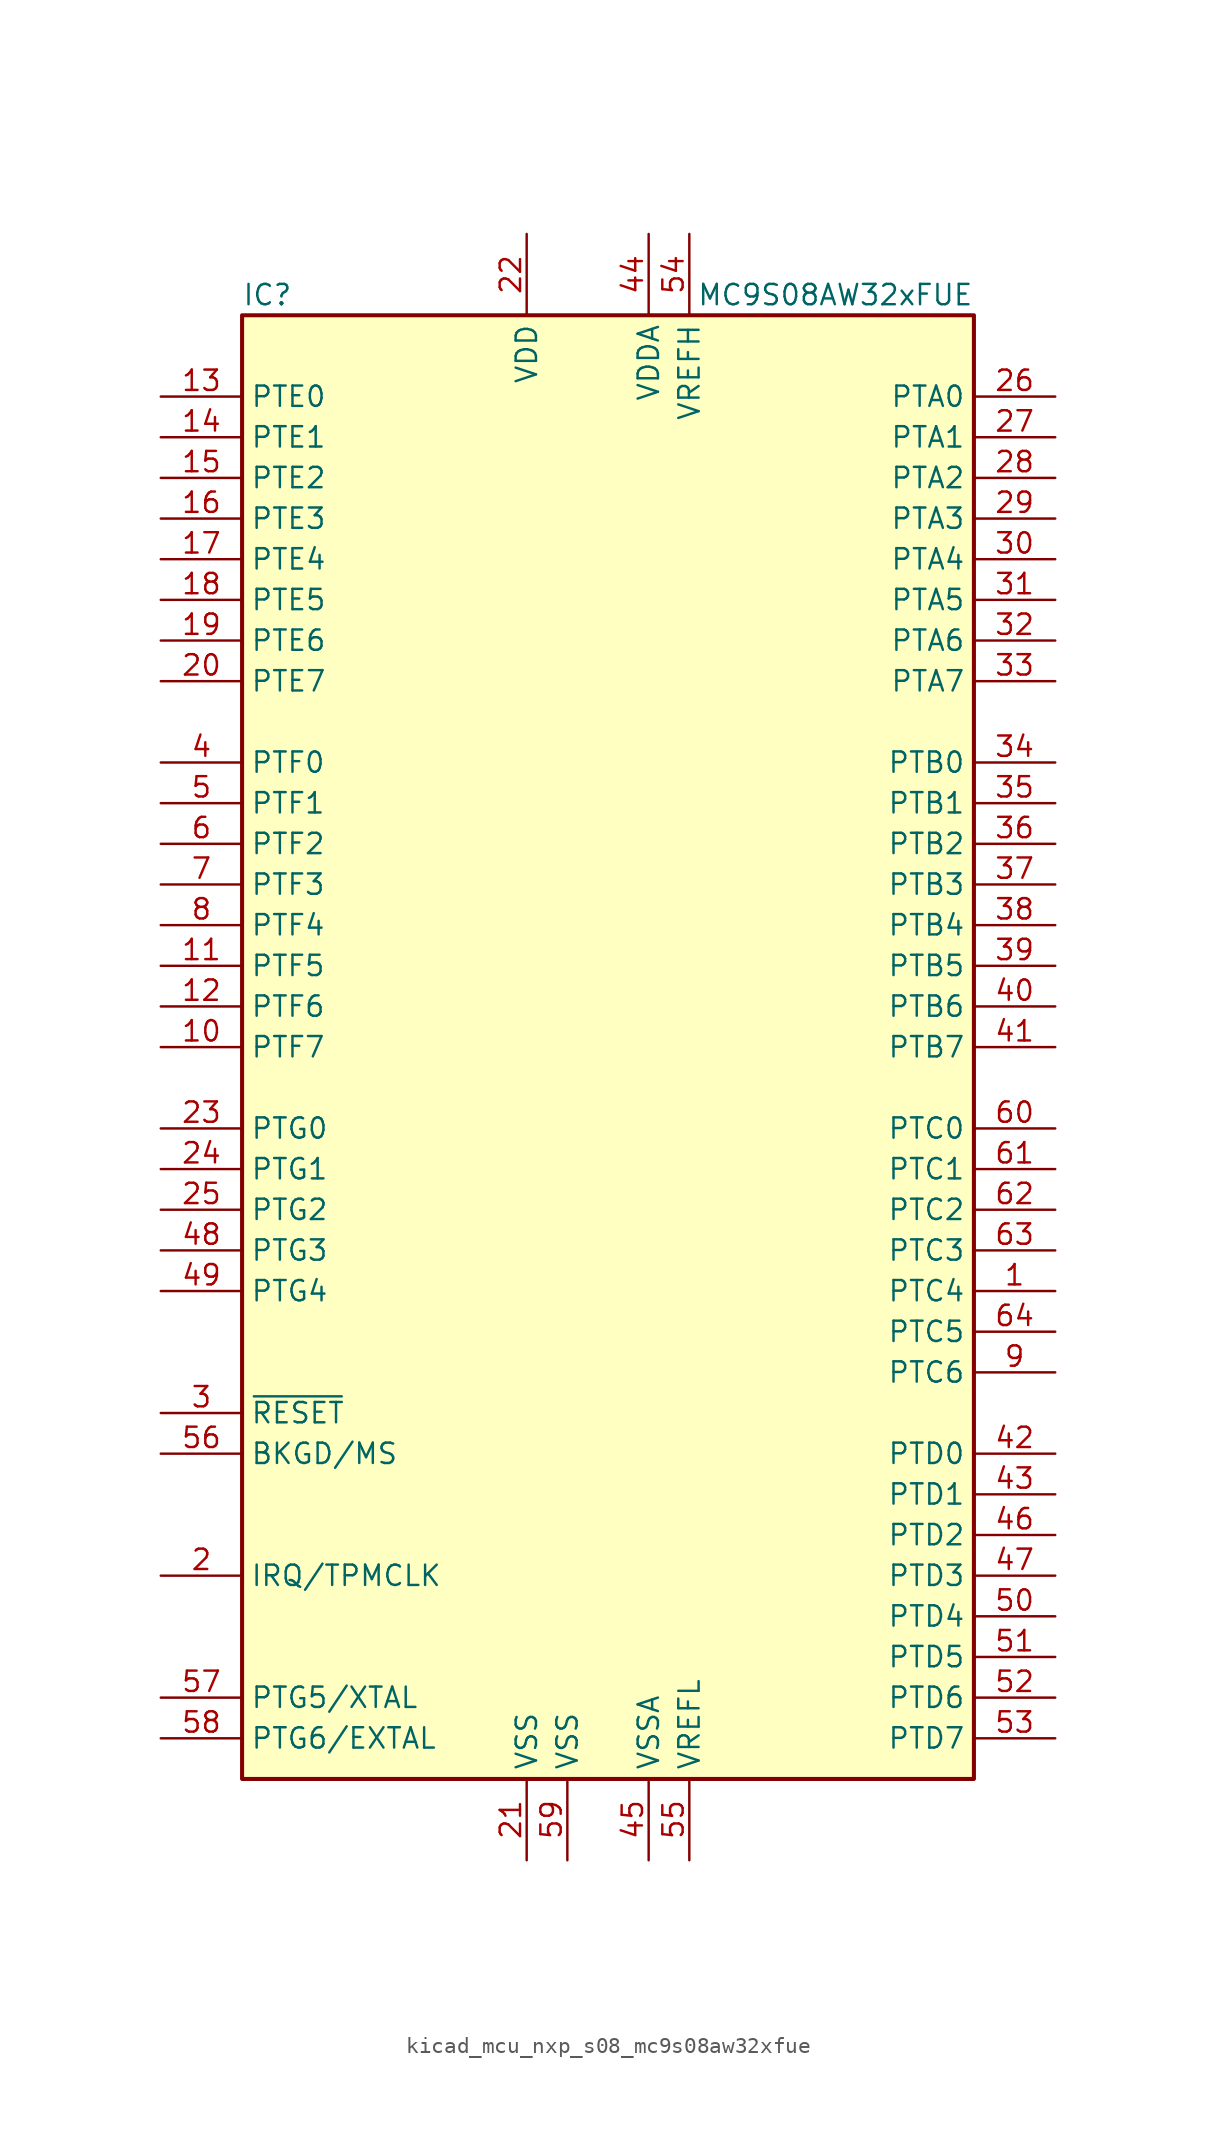
<source format=kicad_sym>
(kicad_symbol_lib
  (version 20220914)
  (generator kicad_symbol_editor)
  (symbol "kicad_mcu_nxp_s08_mc9s08aw32xfue"
    (property "Reference" "IC"
      (at -22.86 46.99 0)
      (effects (font (size 1.27 1.27)) (justify left)))
    (property "Value" "MC9S08AW32xFUE"
      (at 22.86 46.99 0)
      (effects (font (size 1.27 1.27)) (justify right)))
    (symbol "kicad_mcu_nxp_s08_mc9s08aw32xfue_0_1"
      (rectangle (start -22.86 45.72) (end 22.86 -45.72) (stroke (width 0.254) (type default)) (fill (type background))))
    (symbol "kicad_mcu_nxp_s08_mc9s08aw32xfue_1_1"
      (pin bidirectional line (at 27.94 -15.24 180) (length 5.08) (name "PTC4" (effects (font (size 1.27 1.27)))) (number "1" (effects (font (size 1.27 1.27)))))
      (pin bidirectional line (at -27.94 0 0) (length 5.08) (name "PTF7" (effects (font (size 1.27 1.27)))) (number "10" (effects (font (size 1.27 1.27)))))
      (pin bidirectional line (at -27.94 5.08 0) (length 5.08) (name "PTF5" (effects (font (size 1.27 1.27)))) (number "11" (effects (font (size 1.27 1.27)))))
      (pin bidirectional line (at -27.94 2.54 0) (length 5.08) (name "PTF6" (effects (font (size 1.27 1.27)))) (number "12" (effects (font (size 1.27 1.27)))))
      (pin bidirectional line (at -27.94 40.64 0) (length 5.08) (name "PTE0" (effects (font (size 1.27 1.27)))) (number "13" (effects (font (size 1.27 1.27)))))
      (pin bidirectional line (at -27.94 38.1 0) (length 5.08) (name "PTE1" (effects (font (size 1.27 1.27)))) (number "14" (effects (font (size 1.27 1.27)))))
      (pin bidirectional line (at -27.94 35.56 0) (length 5.08) (name "PTE2" (effects (font (size 1.27 1.27)))) (number "15" (effects (font (size 1.27 1.27)))))
      (pin bidirectional line (at -27.94 33.02 0) (length 5.08) (name "PTE3" (effects (font (size 1.27 1.27)))) (number "16" (effects (font (size 1.27 1.27)))))
      (pin bidirectional line (at -27.94 30.48 0) (length 5.08) (name "PTE4" (effects (font (size 1.27 1.27)))) (number "17" (effects (font (size 1.27 1.27)))))
      (pin bidirectional line (at -27.94 27.94 0) (length 5.08) (name "PTE5" (effects (font (size 1.27 1.27)))) (number "18" (effects (font (size 1.27 1.27)))))
      (pin bidirectional line (at -27.94 25.4 0) (length 5.08) (name "PTE6" (effects (font (size 1.27 1.27)))) (number "19" (effects (font (size 1.27 1.27)))))
      (pin input line (at -27.94 -33.02 0) (length 5.08) (name "IRQ/TPMCLK" (effects (font (size 1.27 1.27)))) (number "2" (effects (font (size 1.27 1.27)))))
      (pin bidirectional line (at -27.94 22.86 0) (length 5.08) (name "PTE7" (effects (font (size 1.27 1.27)))) (number "20" (effects (font (size 1.27 1.27)))))
      (pin power_in line (at -5.08 -50.8 90) (length 5.08) (name "VSS" (effects (font (size 1.27 1.27)))) (number "21" (effects (font (size 1.27 1.27)))))
      (pin power_in line (at -5.08 50.8 270) (length 5.08) (name "VDD" (effects (font (size 1.27 1.27)))) (number "22" (effects (font (size 1.27 1.27)))))
      (pin bidirectional line (at -27.94 -5.08 0) (length 5.08) (name "PTG0" (effects (font (size 1.27 1.27)))) (number "23" (effects (font (size 1.27 1.27)))))
      (pin bidirectional line (at -27.94 -7.62 0) (length 5.08) (name "PTG1" (effects (font (size 1.27 1.27)))) (number "24" (effects (font (size 1.27 1.27)))))
      (pin bidirectional line (at -27.94 -10.16 0) (length 5.08) (name "PTG2" (effects (font (size 1.27 1.27)))) (number "25" (effects (font (size 1.27 1.27)))))
      (pin bidirectional line (at 27.94 40.64 180) (length 5.08) (name "PTA0" (effects (font (size 1.27 1.27)))) (number "26" (effects (font (size 1.27 1.27)))))
      (pin bidirectional line (at 27.94 38.1 180) (length 5.08) (name "PTA1" (effects (font (size 1.27 1.27)))) (number "27" (effects (font (size 1.27 1.27)))))
      (pin bidirectional line (at 27.94 35.56 180) (length 5.08) (name "PTA2" (effects (font (size 1.27 1.27)))) (number "28" (effects (font (size 1.27 1.27)))))
      (pin bidirectional line (at 27.94 33.02 180) (length 5.08) (name "PTA3" (effects (font (size 1.27 1.27)))) (number "29" (effects (font (size 1.27 1.27)))))
      (pin input line (at -27.94 -22.86 0) (length 5.08) (name "~{RESET}" (effects (font (size 1.27 1.27)))) (number "3" (effects (font (size 1.27 1.27)))))
      (pin bidirectional line (at 27.94 30.48 180) (length 5.08) (name "PTA4" (effects (font (size 1.27 1.27)))) (number "30" (effects (font (size 1.27 1.27)))))
      (pin bidirectional line (at 27.94 27.94 180) (length 5.08) (name "PTA5" (effects (font (size 1.27 1.27)))) (number "31" (effects (font (size 1.27 1.27)))))
      (pin bidirectional line (at 27.94 25.4 180) (length 5.08) (name "PTA6" (effects (font (size 1.27 1.27)))) (number "32" (effects (font (size 1.27 1.27)))))
      (pin bidirectional line (at 27.94 22.86 180) (length 5.08) (name "PTA7" (effects (font (size 1.27 1.27)))) (number "33" (effects (font (size 1.27 1.27)))))
      (pin bidirectional line (at 27.94 17.78 180) (length 5.08) (name "PTB0" (effects (font (size 1.27 1.27)))) (number "34" (effects (font (size 1.27 1.27)))))
      (pin bidirectional line (at 27.94 15.24 180) (length 5.08) (name "PTB1" (effects (font (size 1.27 1.27)))) (number "35" (effects (font (size 1.27 1.27)))))
      (pin bidirectional line (at 27.94 12.7 180) (length 5.08) (name "PTB2" (effects (font (size 1.27 1.27)))) (number "36" (effects (font (size 1.27 1.27)))))
      (pin bidirectional line (at 27.94 10.16 180) (length 5.08) (name "PTB3" (effects (font (size 1.27 1.27)))) (number "37" (effects (font (size 1.27 1.27)))))
      (pin bidirectional line (at 27.94 7.62 180) (length 5.08) (name "PTB4" (effects (font (size 1.27 1.27)))) (number "38" (effects (font (size 1.27 1.27)))))
      (pin bidirectional line (at 27.94 5.08 180) (length 5.08) (name "PTB5" (effects (font (size 1.27 1.27)))) (number "39" (effects (font (size 1.27 1.27)))))
      (pin bidirectional line (at -27.94 17.78 0) (length 5.08) (name "PTF0" (effects (font (size 1.27 1.27)))) (number "4" (effects (font (size 1.27 1.27)))))
      (pin bidirectional line (at 27.94 2.54 180) (length 5.08) (name "PTB6" (effects (font (size 1.27 1.27)))) (number "40" (effects (font (size 1.27 1.27)))))
      (pin bidirectional line (at 27.94 0 180) (length 5.08) (name "PTB7" (effects (font (size 1.27 1.27)))) (number "41" (effects (font (size 1.27 1.27)))))
      (pin bidirectional line (at 27.94 -25.4 180) (length 5.08) (name "PTD0" (effects (font (size 1.27 1.27)))) (number "42" (effects (font (size 1.27 1.27)))))
      (pin bidirectional line (at 27.94 -27.94 180) (length 5.08) (name "PTD1" (effects (font (size 1.27 1.27)))) (number "43" (effects (font (size 1.27 1.27)))))
      (pin power_in line (at 2.54 50.8 270) (length 5.08) (name "VDDA" (effects (font (size 1.27 1.27)))) (number "44" (effects (font (size 1.27 1.27)))))
      (pin power_in line (at 2.54 -50.8 90) (length 5.08) (name "VSSA" (effects (font (size 1.27 1.27)))) (number "45" (effects (font (size 1.27 1.27)))))
      (pin bidirectional line (at 27.94 -30.48 180) (length 5.08) (name "PTD2" (effects (font (size 1.27 1.27)))) (number "46" (effects (font (size 1.27 1.27)))))
      (pin bidirectional line (at 27.94 -33.02 180) (length 5.08) (name "PTD3" (effects (font (size 1.27 1.27)))) (number "47" (effects (font (size 1.27 1.27)))))
      (pin bidirectional line (at -27.94 -12.7 0) (length 5.08) (name "PTG3" (effects (font (size 1.27 1.27)))) (number "48" (effects (font (size 1.27 1.27)))))
      (pin bidirectional line (at -27.94 -15.24 0) (length 5.08) (name "PTG4" (effects (font (size 1.27 1.27)))) (number "49" (effects (font (size 1.27 1.27)))))
      (pin bidirectional line (at -27.94 15.24 0) (length 5.08) (name "PTF1" (effects (font (size 1.27 1.27)))) (number "5" (effects (font (size 1.27 1.27)))))
      (pin bidirectional line (at 27.94 -35.56 180) (length 5.08) (name "PTD4" (effects (font (size 1.27 1.27)))) (number "50" (effects (font (size 1.27 1.27)))))
      (pin bidirectional line (at 27.94 -38.1 180) (length 5.08) (name "PTD5" (effects (font (size 1.27 1.27)))) (number "51" (effects (font (size 1.27 1.27)))))
      (pin bidirectional line (at 27.94 -40.64 180) (length 5.08) (name "PTD6" (effects (font (size 1.27 1.27)))) (number "52" (effects (font (size 1.27 1.27)))))
      (pin bidirectional line (at 27.94 -43.18 180) (length 5.08) (name "PTD7" (effects (font (size 1.27 1.27)))) (number "53" (effects (font (size 1.27 1.27)))))
      (pin power_in line (at 5.08 50.8 270) (length 5.08) (name "VREFH" (effects (font (size 1.27 1.27)))) (number "54" (effects (font (size 1.27 1.27)))))
      (pin power_in line (at 5.08 -50.8 90) (length 5.08) (name "VREFL" (effects (font (size 1.27 1.27)))) (number "55" (effects (font (size 1.27 1.27)))))
      (pin bidirectional line (at -27.94 -25.4 0) (length 5.08) (name "BKGD/MS" (effects (font (size 1.27 1.27)))) (number "56" (effects (font (size 1.27 1.27)))))
      (pin bidirectional line (at -27.94 -40.64 0) (length 5.08) (name "PTG5/XTAL" (effects (font (size 1.27 1.27)))) (number "57" (effects (font (size 1.27 1.27)))))
      (pin bidirectional line (at -27.94 -43.18 0) (length 5.08) (name "PTG6/EXTAL" (effects (font (size 1.27 1.27)))) (number "58" (effects (font (size 1.27 1.27)))))
      (pin power_in line (at -2.54 -50.8 90) (length 5.08) (name "VSS" (effects (font (size 1.27 1.27)))) (number "59" (effects (font (size 1.27 1.27)))))
      (pin bidirectional line (at -27.94 12.7 0) (length 5.08) (name "PTF2" (effects (font (size 1.27 1.27)))) (number "6" (effects (font (size 1.27 1.27)))))
      (pin bidirectional line (at 27.94 -5.08 180) (length 5.08) (name "PTC0" (effects (font (size 1.27 1.27)))) (number "60" (effects (font (size 1.27 1.27)))))
      (pin bidirectional line (at 27.94 -7.62 180) (length 5.08) (name "PTC1" (effects (font (size 1.27 1.27)))) (number "61" (effects (font (size 1.27 1.27)))))
      (pin bidirectional line (at 27.94 -10.16 180) (length 5.08) (name "PTC2" (effects (font (size 1.27 1.27)))) (number "62" (effects (font (size 1.27 1.27)))))
      (pin bidirectional line (at 27.94 -12.7 180) (length 5.08) (name "PTC3" (effects (font (size 1.27 1.27)))) (number "63" (effects (font (size 1.27 1.27)))))
      (pin bidirectional line (at 27.94 -17.78 180) (length 5.08) (name "PTC5" (effects (font (size 1.27 1.27)))) (number "64" (effects (font (size 1.27 1.27)))))
      (pin bidirectional line (at -27.94 10.16 0) (length 5.08) (name "PTF3" (effects (font (size 1.27 1.27)))) (number "7" (effects (font (size 1.27 1.27)))))
      (pin bidirectional line (at -27.94 7.62 0) (length 5.08) (name "PTF4" (effects (font (size 1.27 1.27)))) (number "8" (effects (font (size 1.27 1.27)))))
      (pin bidirectional line (at 27.94 -20.32 180) (length 5.08) (name "PTC6" (effects (font (size 1.27 1.27)))) (number "9" (effects (font (size 1.27 1.27))))))))
</source>
